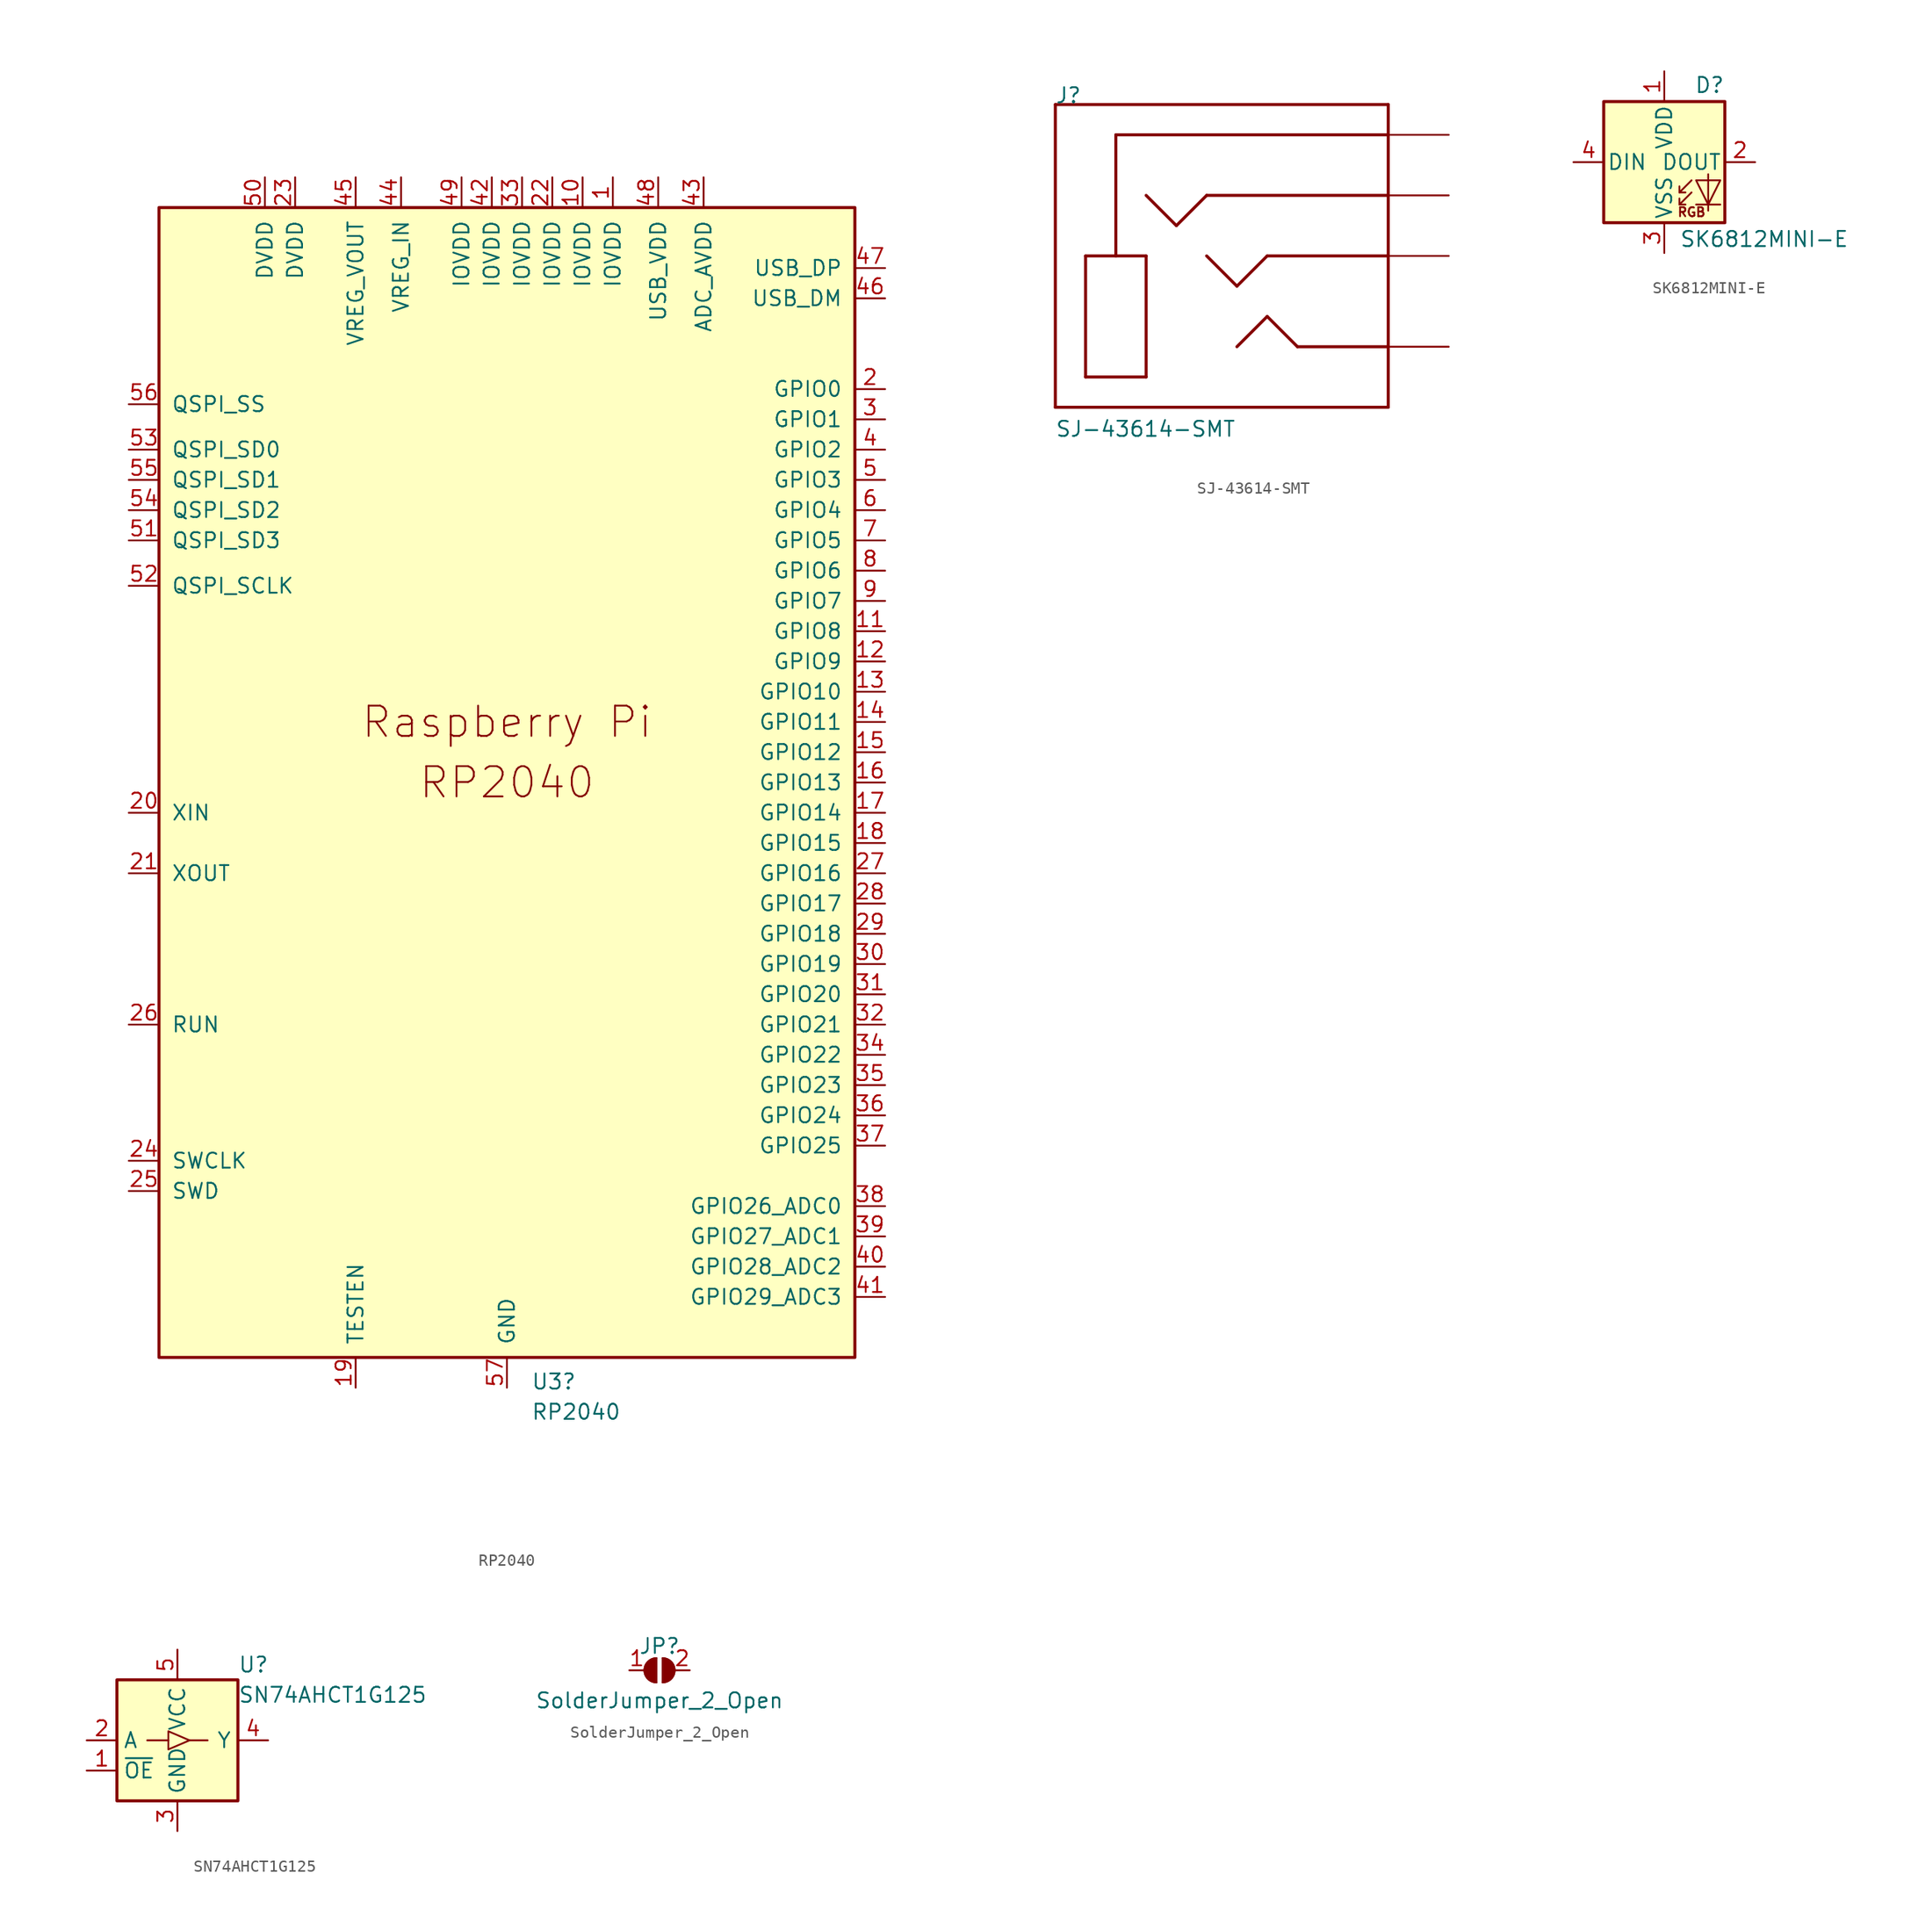
<source format=kicad_sym>
(kicad_symbol_lib
  (version 20220914)
  (generator kicad_symbol_editor)
  (symbol "RP2040"
    (pin_names
      (offset 1.016))
    (property "Reference" "U3"
      (at 2.019 -50.292 0)
      (effects (font (size 1.27 1.27)) (justify left)))
    (property "Value" "RP2040"
      (at 2.019 -52.832 0)
      (effects (font (size 1.27 1.27)) (justify left)))
    (symbol "RP2040_0_0"
      (text "Raspberry Pi" (at 0 5.08 0) (effects (font (size 2.54 2.54))))
      (text "RP2040" (at 0 0 0) (effects (font (size 2.54 2.54)))))
    (symbol "RP2040_0_1"
      (rectangle (start 29.21 48.26) (end -29.21 -48.26) (stroke (width 0.254) (type default)) (fill (type background))))
    (symbol "RP2040_1_1"
      (pin power_in line (at 8.89 50.8 270) (length 2.54) (name "IOVDD" (effects (font (size 1.27 1.27)))) (number "1" (effects (font (size 1.27 1.27)))))
      (pin power_in line (at 6.35 50.8 270) (length 2.54) (name "IOVDD" (effects (font (size 1.27 1.27)))) (number "10" (effects (font (size 1.27 1.27)))))
      (pin bidirectional line (at 31.75 12.7 180) (length 2.54) (name "GPIO8" (effects (font (size 1.27 1.27)))) (number "11" (effects (font (size 1.27 1.27)))))
      (pin bidirectional line (at 31.75 10.16 180) (length 2.54) (name "GPIO9" (effects (font (size 1.27 1.27)))) (number "12" (effects (font (size 1.27 1.27)))))
      (pin bidirectional line (at 31.75 7.62 180) (length 2.54) (name "GPIO10" (effects (font (size 1.27 1.27)))) (number "13" (effects (font (size 1.27 1.27)))))
      (pin bidirectional line (at 31.75 5.08 180) (length 2.54) (name "GPIO11" (effects (font (size 1.27 1.27)))) (number "14" (effects (font (size 1.27 1.27)))))
      (pin bidirectional line (at 31.75 2.54 180) (length 2.54) (name "GPIO12" (effects (font (size 1.27 1.27)))) (number "15" (effects (font (size 1.27 1.27)))))
      (pin bidirectional line (at 31.75 0 180) (length 2.54) (name "GPIO13" (effects (font (size 1.27 1.27)))) (number "16" (effects (font (size 1.27 1.27)))))
      (pin bidirectional line (at 31.75 -2.54 180) (length 2.54) (name "GPIO14" (effects (font (size 1.27 1.27)))) (number "17" (effects (font (size 1.27 1.27)))))
      (pin bidirectional line (at 31.75 -5.08 180) (length 2.54) (name "GPIO15" (effects (font (size 1.27 1.27)))) (number "18" (effects (font (size 1.27 1.27)))))
      (pin passive line (at -12.7 -50.8 90) (length 2.54) (name "TESTEN" (effects (font (size 1.27 1.27)))) (number "19" (effects (font (size 1.27 1.27)))))
      (pin bidirectional line (at 31.75 33.02 180) (length 2.54) (name "GPIO0" (effects (font (size 1.27 1.27)))) (number "2" (effects (font (size 1.27 1.27)))))
      (pin input line (at -31.75 -2.54 0) (length 2.54) (name "XIN" (effects (font (size 1.27 1.27)))) (number "20" (effects (font (size 1.27 1.27)))))
      (pin passive line (at -31.75 -7.62 0) (length 2.54) (name "XOUT" (effects (font (size 1.27 1.27)))) (number "21" (effects (font (size 1.27 1.27)))))
      (pin power_in line (at 3.81 50.8 270) (length 2.54) (name "IOVDD" (effects (font (size 1.27 1.27)))) (number "22" (effects (font (size 1.27 1.27)))))
      (pin power_in line (at -17.78 50.8 270) (length 2.54) (name "DVDD" (effects (font (size 1.27 1.27)))) (number "23" (effects (font (size 1.27 1.27)))))
      (pin output line (at -31.75 -31.75 0) (length 2.54) (name "SWCLK" (effects (font (size 1.27 1.27)))) (number "24" (effects (font (size 1.27 1.27)))))
      (pin bidirectional line (at -31.75 -34.29 0) (length 2.54) (name "SWD" (effects (font (size 1.27 1.27)))) (number "25" (effects (font (size 1.27 1.27)))))
      (pin input line (at -31.75 -20.32 0) (length 2.54) (name "RUN" (effects (font (size 1.27 1.27)))) (number "26" (effects (font (size 1.27 1.27)))))
      (pin bidirectional line (at 31.75 -7.62 180) (length 2.54) (name "GPIO16" (effects (font (size 1.27 1.27)))) (number "27" (effects (font (size 1.27 1.27)))))
      (pin bidirectional line (at 31.75 -10.16 180) (length 2.54) (name "GPIO17" (effects (font (size 1.27 1.27)))) (number "28" (effects (font (size 1.27 1.27)))))
      (pin bidirectional line (at 31.75 -12.7 180) (length 2.54) (name "GPIO18" (effects (font (size 1.27 1.27)))) (number "29" (effects (font (size 1.27 1.27)))))
      (pin bidirectional line (at 31.75 30.48 180) (length 2.54) (name "GPIO1" (effects (font (size 1.27 1.27)))) (number "3" (effects (font (size 1.27 1.27)))))
      (pin bidirectional line (at 31.75 -15.24 180) (length 2.54) (name "GPIO19" (effects (font (size 1.27 1.27)))) (number "30" (effects (font (size 1.27 1.27)))))
      (pin bidirectional line (at 31.75 -17.78 180) (length 2.54) (name "GPIO20" (effects (font (size 1.27 1.27)))) (number "31" (effects (font (size 1.27 1.27)))))
      (pin bidirectional line (at 31.75 -20.32 180) (length 2.54) (name "GPIO21" (effects (font (size 1.27 1.27)))) (number "32" (effects (font (size 1.27 1.27)))))
      (pin power_in line (at 1.27 50.8 270) (length 2.54) (name "IOVDD" (effects (font (size 1.27 1.27)))) (number "33" (effects (font (size 1.27 1.27)))))
      (pin bidirectional line (at 31.75 -22.86 180) (length 2.54) (name "GPIO22" (effects (font (size 1.27 1.27)))) (number "34" (effects (font (size 1.27 1.27)))))
      (pin bidirectional line (at 31.75 -25.4 180) (length 2.54) (name "GPIO23" (effects (font (size 1.27 1.27)))) (number "35" (effects (font (size 1.27 1.27)))))
      (pin bidirectional line (at 31.75 -27.94 180) (length 2.54) (name "GPIO24" (effects (font (size 1.27 1.27)))) (number "36" (effects (font (size 1.27 1.27)))))
      (pin bidirectional line (at 31.75 -30.48 180) (length 2.54) (name "GPIO25" (effects (font (size 1.27 1.27)))) (number "37" (effects (font (size 1.27 1.27)))))
      (pin bidirectional line (at 31.75 -35.56 180) (length 2.54) (name "GPIO26_ADC0" (effects (font (size 1.27 1.27)))) (number "38" (effects (font (size 1.27 1.27)))))
      (pin bidirectional line (at 31.75 -38.1 180) (length 2.54) (name "GPIO27_ADC1" (effects (font (size 1.27 1.27)))) (number "39" (effects (font (size 1.27 1.27)))))
      (pin bidirectional line (at 31.75 27.94 180) (length 2.54) (name "GPIO2" (effects (font (size 1.27 1.27)))) (number "4" (effects (font (size 1.27 1.27)))))
      (pin bidirectional line (at 31.75 -40.64 180) (length 2.54) (name "GPIO28_ADC2" (effects (font (size 1.27 1.27)))) (number "40" (effects (font (size 1.27 1.27)))))
      (pin bidirectional line (at 31.75 -43.18 180) (length 2.54) (name "GPIO29_ADC3" (effects (font (size 1.27 1.27)))) (number "41" (effects (font (size 1.27 1.27)))))
      (pin power_in line (at -1.27 50.8 270) (length 2.54) (name "IOVDD" (effects (font (size 1.27 1.27)))) (number "42" (effects (font (size 1.27 1.27)))))
      (pin power_in line (at 16.51 50.8 270) (length 2.54) (name "ADC_AVDD" (effects (font (size 1.27 1.27)))) (number "43" (effects (font (size 1.27 1.27)))))
      (pin power_in line (at -8.89 50.8 270) (length 2.54) (name "VREG_IN" (effects (font (size 1.27 1.27)))) (number "44" (effects (font (size 1.27 1.27)))))
      (pin power_out line (at -12.7 50.8 270) (length 2.54) (name "VREG_VOUT" (effects (font (size 1.27 1.27)))) (number "45" (effects (font (size 1.27 1.27)))))
      (pin bidirectional line (at 31.75 40.64 180) (length 2.54) (name "USB_DM" (effects (font (size 1.27 1.27)))) (number "46" (effects (font (size 1.27 1.27)))))
      (pin bidirectional line (at 31.75 43.18 180) (length 2.54) (name "USB_DP" (effects (font (size 1.27 1.27)))) (number "47" (effects (font (size 1.27 1.27)))))
      (pin power_in line (at 12.7 50.8 270) (length 2.54) (name "USB_VDD" (effects (font (size 1.27 1.27)))) (number "48" (effects (font (size 1.27 1.27)))))
      (pin power_in line (at -3.81 50.8 270) (length 2.54) (name "IOVDD" (effects (font (size 1.27 1.27)))) (number "49" (effects (font (size 1.27 1.27)))))
      (pin bidirectional line (at 31.75 25.4 180) (length 2.54) (name "GPIO3" (effects (font (size 1.27 1.27)))) (number "5" (effects (font (size 1.27 1.27)))))
      (pin power_in line (at -20.32 50.8 270) (length 2.54) (name "DVDD" (effects (font (size 1.27 1.27)))) (number "50" (effects (font (size 1.27 1.27)))))
      (pin bidirectional line (at -31.75 20.32 0) (length 2.54) (name "QSPI_SD3" (effects (font (size 1.27 1.27)))) (number "51" (effects (font (size 1.27 1.27)))))
      (pin output line (at -31.75 16.51 0) (length 2.54) (name "QSPI_SCLK" (effects (font (size 1.27 1.27)))) (number "52" (effects (font (size 1.27 1.27)))))
      (pin bidirectional line (at -31.75 27.94 0) (length 2.54) (name "QSPI_SD0" (effects (font (size 1.27 1.27)))) (number "53" (effects (font (size 1.27 1.27)))))
      (pin bidirectional line (at -31.75 22.86 0) (length 2.54) (name "QSPI_SD2" (effects (font (size 1.27 1.27)))) (number "54" (effects (font (size 1.27 1.27)))))
      (pin bidirectional line (at -31.75 25.4 0) (length 2.54) (name "QSPI_SD1" (effects (font (size 1.27 1.27)))) (number "55" (effects (font (size 1.27 1.27)))))
      (pin bidirectional line (at -31.75 31.75 0) (length 2.54) (name "QSPI_SS" (effects (font (size 1.27 1.27)))) (number "56" (effects (font (size 1.27 1.27)))))
      (pin power_in line (at 0 -50.8 90) (length 2.54) (name "GND" (effects (font (size 1.27 1.27)))) (number "57" (effects (font (size 1.27 1.27)))))
      (pin bidirectional line (at 31.75 22.86 180) (length 2.54) (name "GPIO4" (effects (font (size 1.27 1.27)))) (number "6" (effects (font (size 1.27 1.27)))))
      (pin bidirectional line (at 31.75 20.32 180) (length 2.54) (name "GPIO5" (effects (font (size 1.27 1.27)))) (number "7" (effects (font (size 1.27 1.27)))))
      (pin bidirectional line (at 31.75 17.78 180) (length 2.54) (name "GPIO6" (effects (font (size 1.27 1.27)))) (number "8" (effects (font (size 1.27 1.27)))))
      (pin bidirectional line (at 31.75 15.24 180) (length 2.54) (name "GPIO7" (effects (font (size 1.27 1.27)))) (number "9" (effects (font (size 1.27 1.27)))))))
  (symbol "SJ-43614-SMT"
    (pin_numbers hide)
    (pin_names
      (offset 1.016) hide)
    (property "Reference" "J"
      (at -15.265 12.725 0)
      (effects (font (size 1.27 1.27)) (justify left bottom)))
    (property "Value" "SJ-43614-SMT"
      (at -15.265 -15.265 0)
      (effects (font (size 1.27 1.27)) (justify left bottom)))
    (property "ki_locked" ""
      (at 0 0 0)
      (effects (font (size 1.27 1.27))))
    (symbol "SJ-43614-SMT_0_0"
      (polyline (pts (xy -15.24 -12.7) (xy -15.24 12.7)) (stroke (width 0.254) (type default)) (fill (type none)))
      (polyline (pts (xy -15.24 12.7) (xy 12.7 12.7)) (stroke (width 0.254) (type default)) (fill (type none)))
      (polyline (pts (xy -12.7 -10.16) (xy -7.62 -10.16)) (stroke (width 0.254) (type default)) (fill (type none)))
      (polyline (pts (xy -12.7 0) (xy -12.7 -10.16)) (stroke (width 0.254) (type default)) (fill (type none)))
      (polyline (pts (xy -10.16 0) (xy -12.7 0)) (stroke (width 0.254) (type default)) (fill (type none)))
      (polyline (pts (xy -10.16 0) (xy -10.16 10.16)) (stroke (width 0.254) (type default)) (fill (type none)))
      (polyline (pts (xy -10.16 10.16) (xy 12.7 10.16)) (stroke (width 0.254) (type default)) (fill (type none)))
      (polyline (pts (xy -7.62 -10.16) (xy -7.62 0)) (stroke (width 0.254) (type default)) (fill (type none)))
      (polyline (pts (xy -7.62 0) (xy -10.16 0)) (stroke (width 0.254) (type default)) (fill (type none)))
      (polyline (pts (xy -7.62 5.08) (xy -5.08 2.54)) (stroke (width 0.254) (type default)) (fill (type none)))
      (polyline (pts (xy -5.08 2.54) (xy -2.54 5.08)) (stroke (width 0.254) (type default)) (fill (type none)))
      (polyline (pts (xy -2.54 0) (xy 0 -2.54)) (stroke (width 0.254) (type default)) (fill (type none)))
      (polyline (pts (xy -2.54 5.08) (xy 12.7 5.08)) (stroke (width 0.254) (type default)) (fill (type none)))
      (polyline (pts (xy 0 -7.62) (xy 2.54 -5.08)) (stroke (width 0.254) (type default)) (fill (type none)))
      (polyline (pts (xy 0 -2.54) (xy 2.54 0)) (stroke (width 0.254) (type default)) (fill (type none)))
      (polyline (pts (xy 2.54 -5.08) (xy 5.08 -7.62)) (stroke (width 0.254) (type default)) (fill (type none)))
      (polyline (pts (xy 2.54 0) (xy 12.7 0)) (stroke (width 0.254) (type default)) (fill (type none)))
      (polyline (pts (xy 5.08 -7.62) (xy 12.7 -7.62)) (stroke (width 0.254) (type default)) (fill (type none)))
      (polyline (pts (xy 12.7 -12.7) (xy -15.24 -12.7)) (stroke (width 0.254) (type default)) (fill (type none)))
      (polyline (pts (xy 12.7 12.7) (xy 12.7 -12.7)) (stroke (width 0.254) (type default)) (fill (type none)))
      (pin passive line (at 17.78 10.16 180) (length 5.08) (name "SLEEVE" (effects (font (size 1.016 1.016)))) (number "1" (effects (font (size 1.016 1.016)))))
      (pin passive line (at 17.78 -7.62 180) (length 5.08) (name "TIP" (effects (font (size 1.016 1.016)))) (number "2" (effects (font (size 1.016 1.016)))))
      (pin passive line (at 17.78 0 180) (length 5.08) (name "RING1" (effects (font (size 1.016 1.016)))) (number "3" (effects (font (size 1.016 1.016)))))
      (pin passive line (at 17.78 5.08 180) (length 5.08) (name "RING2" (effects (font (size 1.016 1.016)))) (number "4" (effects (font (size 1.016 1.016)))))))
  (symbol "SK6812MINI-E"
    (pin_names
      (offset 0.254))
    (property "Reference" "D"
      (at 5.08 5.715 0)
      (effects (font (size 1.27 1.27)) (justify right bottom)))
    (property "Value" "SK6812MINI-E"
      (at 1.27 -5.715 0)
      (effects (font (size 1.27 1.27)) (justify left top)))
    (symbol "SK6812MINI-E_0_0"
      (text "RGB" (at 2.286 -4.191 0) (effects (font (size 0.762 0.762)))))
    (symbol "SK6812MINI-E_0_1"
      (polyline (pts (xy 1.27 -3.556) (xy 1.778 -3.556)) (stroke (width 0) (type default)) (fill (type none)))
      (polyline (pts (xy 1.27 -2.54) (xy 1.778 -2.54)) (stroke (width 0) (type default)) (fill (type none)))
      (polyline (pts (xy 4.699 -3.556) (xy 2.667 -3.556)) (stroke (width 0) (type default)) (fill (type none)))
      (polyline (pts (xy 2.286 -2.54) (xy 1.27 -3.556) (xy 1.27 -3.048)) (stroke (width 0) (type default)) (fill (type none)))
      (polyline (pts (xy 2.286 -1.524) (xy 1.27 -2.54) (xy 1.27 -2.032)) (stroke (width 0) (type default)) (fill (type none)))
      (polyline (pts (xy 3.683 -1.016) (xy 3.683 -3.556) (xy 3.683 -4.064)) (stroke (width 0) (type default)) (fill (type none)))
      (polyline (pts (xy 4.699 -1.524) (xy 2.667 -1.524) (xy 3.683 -3.556) (xy 4.699 -1.524)) (stroke (width 0) (type default)) (fill (type none)))
      (rectangle (start 5.08 5.08) (end -5.08 -5.08) (stroke (width 0.254) (type default)) (fill (type background))))
    (symbol "SK6812MINI-E_1_1"
      (pin power_in line (at 0 7.62 270) (length 2.54) (name "VDD" (effects (font (size 1.27 1.27)))) (number "1" (effects (font (size 1.27 1.27)))))
      (pin output line (at 7.62 0 180) (length 2.54) (name "DOUT" (effects (font (size 1.27 1.27)))) (number "2" (effects (font (size 1.27 1.27)))))
      (pin power_in line (at 0 -7.62 90) (length 2.54) (name "VSS" (effects (font (size 1.27 1.27)))) (number "3" (effects (font (size 1.27 1.27)))))
      (pin input line (at -7.62 0 0) (length 2.54) (name "DIN" (effects (font (size 1.27 1.27)))) (number "4" (effects (font (size 1.27 1.27)))))))
  (symbol "SN74AHCT1G125"
    (property "Reference" "U"
      (at 5.08 6.35 0)
      (effects (font (size 1.27 1.27)) (justify left)))
    (property "Value" "SN74AHCT1G125"
      (at 5.08 3.81 0)
      (effects (font (size 1.27 1.27)) (justify left)))
    (symbol "SN74AHCT1G125_0_1"
      (rectangle (start -5.08 5.08) (end 5.08 -5.08) (stroke (width 0.254) (type default)) (fill (type background)))
      (polyline (pts (xy -0.762 0) (xy -2.54 0)) (stroke (width 0) (type default)) (fill (type none)))
      (polyline (pts (xy 1.016 0) (xy 2.54 0)) (stroke (width 0) (type default)) (fill (type none))))
    (symbol "SN74AHCT1G125_1_1"
      (polyline (pts (xy -0.762 -0.762) (xy -0.762 0.762) (xy 1.016 0) (xy -0.762 -0.762)) (stroke (width 0) (type default)) (fill (type none)))
      (pin input line (at -7.62 -2.54 0) (length 2.54) (name "~{OE}" (effects (font (size 1.27 1.27)))) (number "1" (effects (font (size 1.27 1.27)))))
      (pin input line (at -7.62 0 0) (length 2.54) (name "A" (effects (font (size 1.27 1.27)))) (number "2" (effects (font (size 1.27 1.27)))))
      (pin power_in line (at 0 -7.62 90) (length 2.54) (name "GND" (effects (font (size 1.27 1.27)))) (number "3" (effects (font (size 1.27 1.27)))))
      (pin output line (at 7.62 0 180) (length 2.54) (name "Y" (effects (font (size 1.27 1.27)))) (number "4" (effects (font (size 1.27 1.27)))))
      (pin power_in line (at 0 7.62 270) (length 2.54) (name "VCC" (effects (font (size 1.27 1.27)))) (number "5" (effects (font (size 1.27 1.27)))))))
  (symbol "SolderJumper_2_Open"
    (pin_names
      (offset 0) hide)
    (property "Reference" "JP"
      (at 0 2.032 0)
      (effects (font (size 1.27 1.27))))
    (property "Value" "SolderJumper_2_Open"
      (at 0 -2.54 0)
      (effects (font (size 1.27 1.27))))
    (symbol "SolderJumper_2_Open_0_1"
      (arc (start -0.254 1.016) (mid -1.2656 0) (end -0.254 -1.016) (stroke (width 0) (type default)) (fill (type none)))
      (arc (start -0.254 1.016) (mid -1.2656 0) (end -0.254 -1.016) (stroke (width 0) (type default)) (fill (type outline)))
      (polyline (pts (xy -0.254 1.016) (xy -0.254 -1.016)) (stroke (width 0) (type default)) (fill (type none)))
      (polyline (pts (xy 0.254 1.016) (xy 0.254 -1.016)) (stroke (width 0) (type default)) (fill (type none)))
      (arc (start 0.254 -1.016) (mid 1.2656 0) (end 0.254 1.016) (stroke (width 0) (type default)) (fill (type none)))
      (arc (start 0.254 -1.016) (mid 1.2656 0) (end 0.254 1.016) (stroke (width 0) (type default)) (fill (type outline))))
    (symbol "SolderJumper_2_Open_1_1"
      (pin passive line (at -2.54 0 0) (length 1.27) (name "A" (effects (font (size 1.27 1.27)))) (number "1" (effects (font (size 1.27 1.27)))))
      (pin passive line (at 2.54 0 180) (length 1.27) (name "B" (effects (font (size 1.27 1.27)))) (number "2" (effects (font (size 1.27 1.27))))))))
</source>
